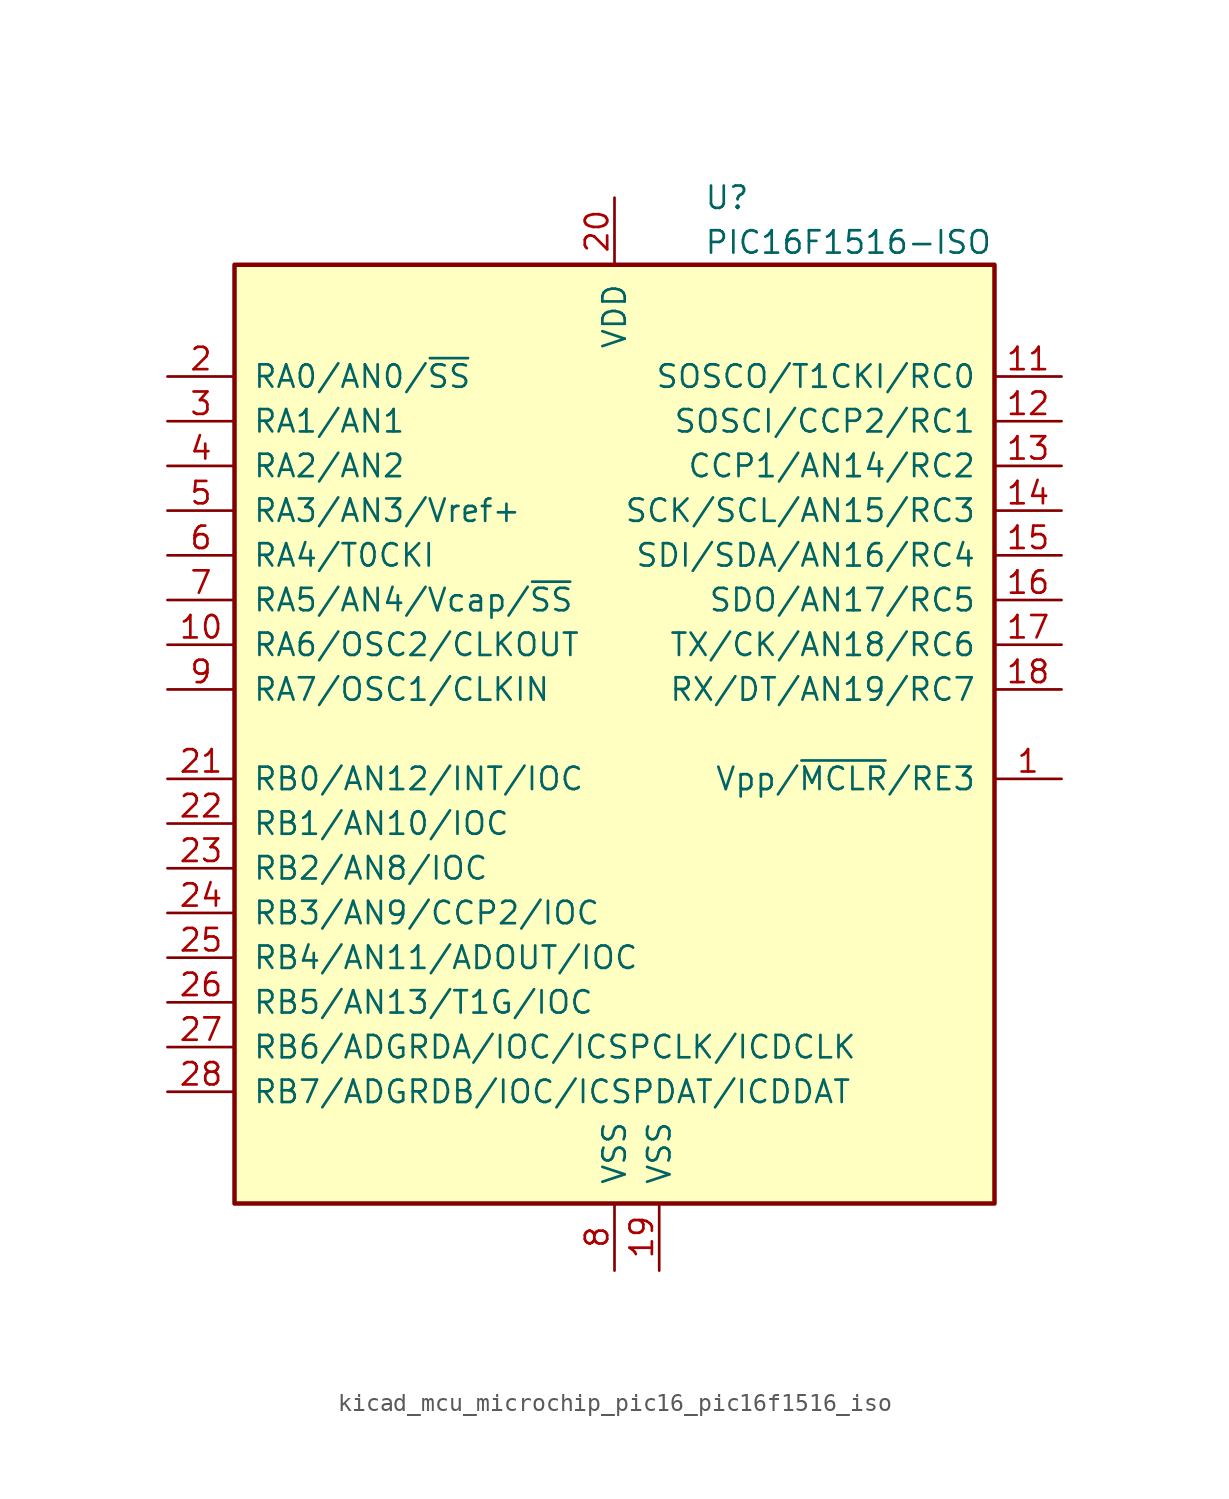
<source format=kicad_sym>
(kicad_symbol_lib
  (version 20220914)
  (generator kicad_symbol_editor)
  (symbol "kicad_mcu_microchip_pic16_pic16f1516_iso"
    (pin_names
      (offset 1.016))
    (property "Reference" "U"
      (at 5.08 30.48 0)
      (effects (font (size 1.27 1.27)) (justify left)))
    (property "Value" "PIC16F1516-ISO"
      (at 5.08 27.94 0)
      (effects (font (size 1.27 1.27)) (justify left)))
    (symbol "kicad_mcu_microchip_pic16_pic16f1516_iso_0_1"
      (rectangle (start -21.59 26.67) (end 21.59 -26.67) (stroke (width 0.254) (type default)) (fill (type background))))
    (symbol "kicad_mcu_microchip_pic16_pic16f1516_iso_1_1"
      (pin input line (at 25.4 -2.54 180) (length 3.81) (name "Vpp/~{MCLR}/RE3" (effects (font (size 1.27 1.27)))) (number "1" (effects (font (size 1.27 1.27)))))
      (pin bidirectional line (at -25.4 5.08 0) (length 3.81) (name "RA6/OSC2/CLKOUT" (effects (font (size 1.27 1.27)))) (number "10" (effects (font (size 1.27 1.27)))))
      (pin bidirectional line (at 25.4 20.32 180) (length 3.81) (name "SOSCO/T1CKI/RC0" (effects (font (size 1.27 1.27)))) (number "11" (effects (font (size 1.27 1.27)))))
      (pin bidirectional line (at 25.4 17.78 180) (length 3.81) (name "SOSCI/CCP2/RC1" (effects (font (size 1.27 1.27)))) (number "12" (effects (font (size 1.27 1.27)))))
      (pin bidirectional line (at 25.4 15.24 180) (length 3.81) (name "CCP1/AN14/RC2" (effects (font (size 1.27 1.27)))) (number "13" (effects (font (size 1.27 1.27)))))
      (pin bidirectional line (at 25.4 12.7 180) (length 3.81) (name "SCK/SCL/AN15/RC3" (effects (font (size 1.27 1.27)))) (number "14" (effects (font (size 1.27 1.27)))))
      (pin bidirectional line (at 25.4 10.16 180) (length 3.81) (name "SDI/SDA/AN16/RC4" (effects (font (size 1.27 1.27)))) (number "15" (effects (font (size 1.27 1.27)))))
      (pin bidirectional line (at 25.4 7.62 180) (length 3.81) (name "SDO/AN17/RC5" (effects (font (size 1.27 1.27)))) (number "16" (effects (font (size 1.27 1.27)))))
      (pin bidirectional line (at 25.4 5.08 180) (length 3.81) (name "TX/CK/AN18/RC6" (effects (font (size 1.27 1.27)))) (number "17" (effects (font (size 1.27 1.27)))))
      (pin bidirectional line (at 25.4 2.54 180) (length 3.81) (name "RX/DT/AN19/RC7" (effects (font (size 1.27 1.27)))) (number "18" (effects (font (size 1.27 1.27)))))
      (pin power_in line (at 2.54 -30.48 90) (length 3.81) (name "VSS" (effects (font (size 1.27 1.27)))) (number "19" (effects (font (size 1.27 1.27)))))
      (pin bidirectional line (at -25.4 20.32 0) (length 3.81) (name "RA0/AN0/~{SS}" (effects (font (size 1.27 1.27)))) (number "2" (effects (font (size 1.27 1.27)))))
      (pin power_in line (at 0 30.48 270) (length 3.81) (name "VDD" (effects (font (size 1.27 1.27)))) (number "20" (effects (font (size 1.27 1.27)))))
      (pin bidirectional line (at -25.4 -2.54 0) (length 3.81) (name "RB0/AN12/INT/IOC" (effects (font (size 1.27 1.27)))) (number "21" (effects (font (size 1.27 1.27)))))
      (pin bidirectional line (at -25.4 -5.08 0) (length 3.81) (name "RB1/AN10/IOC" (effects (font (size 1.27 1.27)))) (number "22" (effects (font (size 1.27 1.27)))))
      (pin bidirectional line (at -25.4 -7.62 0) (length 3.81) (name "RB2/AN8/IOC" (effects (font (size 1.27 1.27)))) (number "23" (effects (font (size 1.27 1.27)))))
      (pin bidirectional line (at -25.4 -10.16 0) (length 3.81) (name "RB3/AN9/CCP2/IOC" (effects (font (size 1.27 1.27)))) (number "24" (effects (font (size 1.27 1.27)))))
      (pin bidirectional line (at -25.4 -12.7 0) (length 3.81) (name "RB4/AN11/ADOUT/IOC" (effects (font (size 1.27 1.27)))) (number "25" (effects (font (size 1.27 1.27)))))
      (pin bidirectional line (at -25.4 -15.24 0) (length 3.81) (name "RB5/AN13/T1G/IOC" (effects (font (size 1.27 1.27)))) (number "26" (effects (font (size 1.27 1.27)))))
      (pin bidirectional line (at -25.4 -17.78 0) (length 3.81) (name "RB6/ADGRDA/IOC/ICSPCLK/ICDCLK" (effects (font (size 1.27 1.27)))) (number "27" (effects (font (size 1.27 1.27)))))
      (pin bidirectional line (at -25.4 -20.32 0) (length 3.81) (name "RB7/ADGRDB/IOC/ICSPDAT/ICDDAT" (effects (font (size 1.27 1.27)))) (number "28" (effects (font (size 1.27 1.27)))))
      (pin bidirectional line (at -25.4 17.78 0) (length 3.81) (name "RA1/AN1" (effects (font (size 1.27 1.27)))) (number "3" (effects (font (size 1.27 1.27)))))
      (pin bidirectional line (at -25.4 15.24 0) (length 3.81) (name "RA2/AN2" (effects (font (size 1.27 1.27)))) (number "4" (effects (font (size 1.27 1.27)))))
      (pin bidirectional line (at -25.4 12.7 0) (length 3.81) (name "RA3/AN3/Vref+" (effects (font (size 1.27 1.27)))) (number "5" (effects (font (size 1.27 1.27)))))
      (pin bidirectional line (at -25.4 10.16 0) (length 3.81) (name "RA4/T0CKI" (effects (font (size 1.27 1.27)))) (number "6" (effects (font (size 1.27 1.27)))))
      (pin bidirectional line (at -25.4 7.62 0) (length 3.81) (name "RA5/AN4/Vcap/~{SS}" (effects (font (size 1.27 1.27)))) (number "7" (effects (font (size 1.27 1.27)))))
      (pin power_in line (at 0 -30.48 90) (length 3.81) (name "VSS" (effects (font (size 1.27 1.27)))) (number "8" (effects (font (size 1.27 1.27)))))
      (pin bidirectional line (at -25.4 2.54 0) (length 3.81) (name "RA7/OSC1/CLKIN" (effects (font (size 1.27 1.27)))) (number "9" (effects (font (size 1.27 1.27))))))))
</source>
